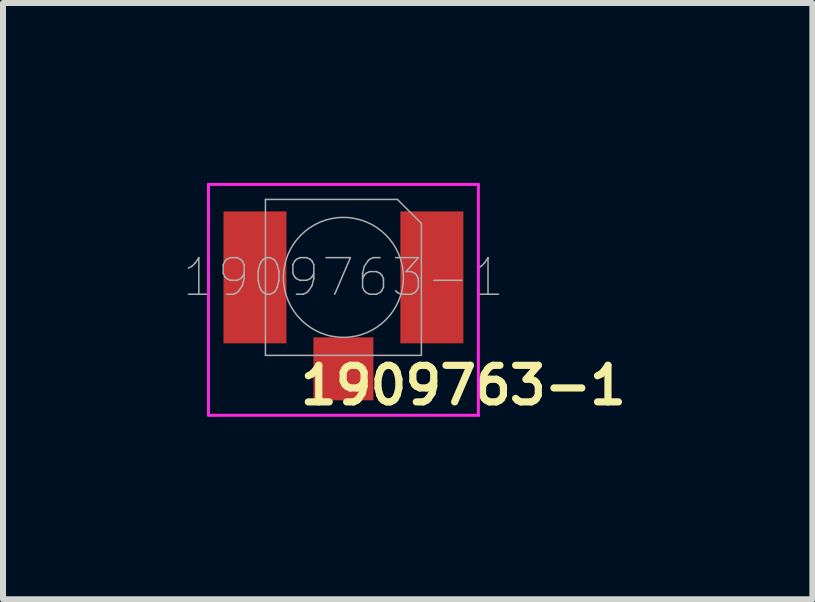
<source format=kicad_pcb>
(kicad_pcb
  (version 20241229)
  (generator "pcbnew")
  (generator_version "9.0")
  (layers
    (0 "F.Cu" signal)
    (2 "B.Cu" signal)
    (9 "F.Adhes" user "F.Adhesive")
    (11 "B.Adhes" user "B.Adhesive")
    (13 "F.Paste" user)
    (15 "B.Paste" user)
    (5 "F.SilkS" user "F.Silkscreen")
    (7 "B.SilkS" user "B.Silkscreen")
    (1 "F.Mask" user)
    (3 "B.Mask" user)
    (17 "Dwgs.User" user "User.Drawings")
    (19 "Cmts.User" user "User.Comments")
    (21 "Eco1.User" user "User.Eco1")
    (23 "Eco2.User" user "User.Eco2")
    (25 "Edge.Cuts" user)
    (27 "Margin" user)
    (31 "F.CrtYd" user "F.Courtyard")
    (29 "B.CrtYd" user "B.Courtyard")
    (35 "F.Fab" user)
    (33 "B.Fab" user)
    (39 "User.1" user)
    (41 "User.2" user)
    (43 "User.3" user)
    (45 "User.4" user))
  (footprint "1909763-1"
    (layer "F.Cu")
    (at 2.676 1.575)
    (property "Reference" "1909763-1" (at 2 1.8 0) (layer "F.SilkS") (effects (font (size 0.61 0.61) (thickness 0.12))))
    (attr through_hole)
    (fp_line (start -2.25 -1.55) (end 2.25 -1.55) (stroke (width 0.05) (type solid)) (layer "F.CrtYd"))
    (fp_line (start -2.25 2.3) (end -2.25 -1.55) (stroke (width 0.05) (type solid)) (layer "F.CrtYd"))
    (fp_line (start 2.25 -1.55) (end 2.25 2.3) (stroke (width 0.05) (type solid)) (layer "F.CrtYd"))
    (fp_line (start 2.25 2.3) (end -2.25 2.3) (stroke (width 0.05) (type solid)) (layer "F.CrtYd"))
    (fp_line (start -1.3 -1.3) (end 0.9 -1.3) (stroke (width 0.025) (type solid)) (layer "F.Fab"))
    (fp_line (start -1.3 1.3) (end -1.3 -1.3) (stroke (width 0.025) (type solid)) (layer "F.Fab"))
    (fp_line (start 0.9 -1.3) (end 1.3 -0.9) (stroke (width 0.025) (type solid)) (layer "F.Fab"))
    (fp_line (start 1.3 -0.9) (end 1.3 1.3) (stroke (width 0.025) (type solid)) (layer "F.Fab"))
    (fp_line (start 1.3 1.3) (end -1.3 1.3) (stroke (width 0.025) (type solid)) (layer "F.Fab"))
    (fp_circle (center 0 0) (end 1 0) (stroke (width 0.025) (type solid)) (fill no) (layer "F.Fab"))
    (fp_text user "${REFERENCE}" (at 0 0 0) (layer "F.Fab") (effects (font (size 0.61 0.61) (thickness 0.025))))
    (pad "1" smd rect (at 0 1.525) (size 1 1.05) (layers "F.Cu" "F.Mask" "F.Paste"))
    (pad "2" smd rect (at -1.475 0) (size 1.05 2.2) (layers "F.Cu" "F.Mask" "F.Paste"))
    (pad "2" smd rect (at 1.475 0) (size 1.05 2.2) (layers "F.Cu" "F.Mask" "F.Paste")))
  (gr_rect
    (start -3 -3)
    (end 10.495 6.942)
    (stroke (width 0.1) (type default))
    (fill no)
    (layer "Edge.Cuts")))
</source>
